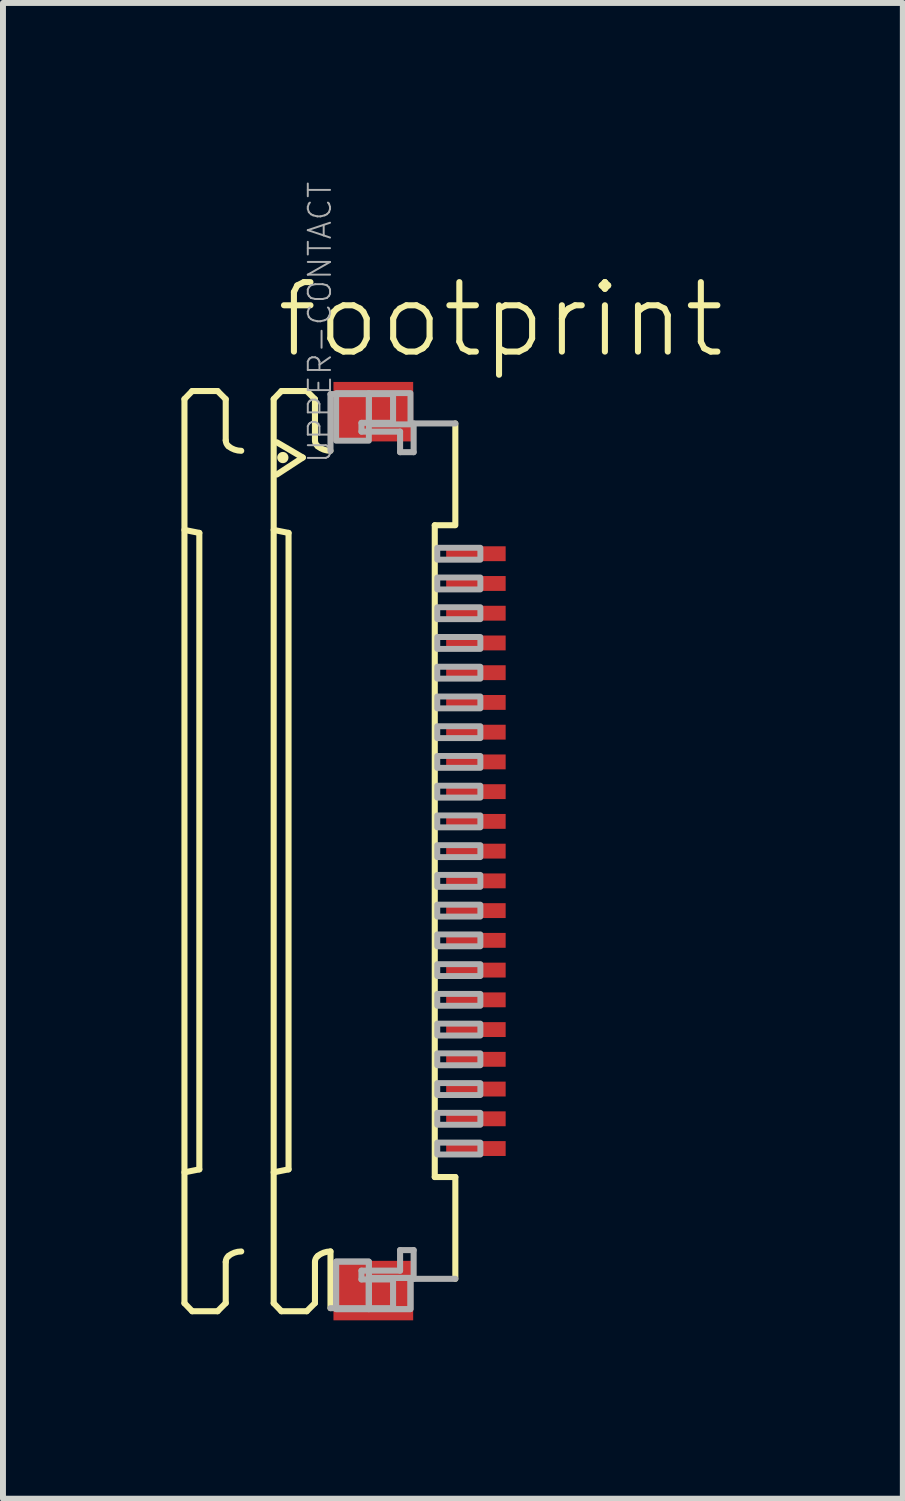
<source format=kicad_pcb>
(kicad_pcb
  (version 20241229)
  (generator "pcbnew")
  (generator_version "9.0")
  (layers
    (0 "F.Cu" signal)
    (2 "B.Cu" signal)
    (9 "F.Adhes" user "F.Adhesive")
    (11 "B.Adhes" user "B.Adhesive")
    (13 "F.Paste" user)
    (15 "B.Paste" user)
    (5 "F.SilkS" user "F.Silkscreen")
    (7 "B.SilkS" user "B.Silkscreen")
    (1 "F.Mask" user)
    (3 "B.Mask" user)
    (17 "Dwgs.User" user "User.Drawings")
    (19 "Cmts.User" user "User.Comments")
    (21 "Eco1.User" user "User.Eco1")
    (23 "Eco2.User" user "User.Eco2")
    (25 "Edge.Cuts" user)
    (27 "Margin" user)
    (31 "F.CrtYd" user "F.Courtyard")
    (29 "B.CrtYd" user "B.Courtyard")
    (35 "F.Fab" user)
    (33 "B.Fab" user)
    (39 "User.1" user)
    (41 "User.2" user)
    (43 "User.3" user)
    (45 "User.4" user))
  (footprint "footprint"
    (layer "F.Cu")
    (at 3.046 11.259)
    (property "Reference" "footprint" (at -1.5 -8.25 0) (layer "F.SilkS") (effects (font (size 1.168 1.168) (thickness 0.102)) (justify left bottom)))
    (fp_poly (pts (xy 1.355 -4.825) (xy 2.455 -4.825) (xy 2.455 -5.175) (xy 1.355 -5.175)) (stroke (width 0) (type solid)) (fill yes) (layer "F.Mask"))
    (fp_poly (pts (xy 1.355 -4.325) (xy 2.455 -4.325) (xy 2.455 -4.675) (xy 1.355 -4.675)) (stroke (width 0) (type solid)) (fill yes) (layer "F.Mask"))
    (fp_poly (pts (xy 1.355 -3.825) (xy 2.455 -3.825) (xy 2.455 -4.175) (xy 1.355 -4.175)) (stroke (width 0) (type solid)) (fill yes) (layer "F.Mask"))
    (fp_poly (pts (xy 1.355 -3.325) (xy 2.455 -3.325) (xy 2.455 -3.675) (xy 1.355 -3.675)) (stroke (width 0) (type solid)) (fill yes) (layer "F.Mask"))
    (fp_poly (pts (xy 1.355 -2.825) (xy 2.455 -2.825) (xy 2.455 -3.175) (xy 1.355 -3.175)) (stroke (width 0) (type solid)) (fill yes) (layer "F.Mask"))
    (fp_poly (pts (xy 1.355 -2.325) (xy 2.455 -2.325) (xy 2.455 -2.675) (xy 1.355 -2.675)) (stroke (width 0) (type solid)) (fill yes) (layer "F.Mask"))
    (fp_poly (pts (xy 1.355 -1.825) (xy 2.455 -1.825) (xy 2.455 -2.175) (xy 1.355 -2.175)) (stroke (width 0) (type solid)) (fill yes) (layer "F.Mask"))
    (fp_poly (pts (xy 1.355 -1.325) (xy 2.455 -1.325) (xy 2.455 -1.675) (xy 1.355 -1.675)) (stroke (width 0) (type solid)) (fill yes) (layer "F.Mask"))
    (fp_poly (pts (xy 1.355 -0.825) (xy 2.455 -0.825) (xy 2.455 -1.175) (xy 1.355 -1.175)) (stroke (width 0) (type solid)) (fill yes) (layer "F.Mask"))
    (fp_poly (pts (xy 1.355 -0.325) (xy 2.455 -0.325) (xy 2.455 -0.675) (xy 1.355 -0.675)) (stroke (width 0) (type solid)) (fill yes) (layer "F.Mask"))
    (fp_poly (pts (xy 1.355 0.175) (xy 2.455 0.175) (xy 2.455 -0.175) (xy 1.355 -0.175)) (stroke (width 0) (type solid)) (fill yes) (layer "F.Mask"))
    (fp_poly (pts (xy 1.355 0.675) (xy 2.455 0.675) (xy 2.455 0.325) (xy 1.355 0.325)) (stroke (width 0) (type solid)) (fill yes) (layer "F.Mask"))
    (fp_poly (pts (xy 1.355 1.175) (xy 2.455 1.175) (xy 2.455 0.825) (xy 1.355 0.825)) (stroke (width 0) (type solid)) (fill yes) (layer "F.Mask"))
    (fp_poly (pts (xy 1.355 1.675) (xy 2.455 1.675) (xy 2.455 1.325) (xy 1.355 1.325)) (stroke (width 0) (type solid)) (fill yes) (layer "F.Mask"))
    (fp_poly (pts (xy 1.355 2.175) (xy 2.455 2.175) (xy 2.455 1.825) (xy 1.355 1.825)) (stroke (width 0) (type solid)) (fill yes) (layer "F.Mask"))
    (fp_poly (pts (xy 1.355 2.675) (xy 2.455 2.675) (xy 2.455 2.325) (xy 1.355 2.325)) (stroke (width 0) (type solid)) (fill yes) (layer "F.Mask"))
    (fp_poly (pts (xy 1.355 3.175) (xy 2.455 3.175) (xy 2.455 2.825) (xy 1.355 2.825)) (stroke (width 0) (type solid)) (fill yes) (layer "F.Mask"))
    (fp_poly (pts (xy 1.355 3.675) (xy 2.455 3.675) (xy 2.455 3.325) (xy 1.355 3.325)) (stroke (width 0) (type solid)) (fill yes) (layer "F.Mask"))
    (fp_poly (pts (xy 1.355 4.175) (xy 2.455 4.175) (xy 2.455 3.825) (xy 1.355 3.825)) (stroke (width 0) (type solid)) (fill yes) (layer "F.Mask"))
    (fp_poly (pts (xy 1.355 4.675) (xy 2.455 4.675) (xy 2.455 4.325) (xy 1.355 4.325)) (stroke (width 0) (type solid)) (fill yes) (layer "F.Mask"))
    (fp_poly (pts (xy 1.355 5.175) (xy 2.455 5.175) (xy 2.455 4.825) (xy 1.355 4.825)) (stroke (width 0) (type solid)) (fill yes) (layer "F.Mask"))
    (fp_line (start -2.995 -7.6) (end -2.865 -7.735) (stroke (width 0.102) (type solid)) (layer "F.SilkS"))
    (fp_line (start -2.995 -5.4) (end -2.745 -5.35) (stroke (width 0.102) (type solid)) (layer "F.SilkS"))
    (fp_line (start -2.995 7.6) (end -2.995 -7.6) (stroke (width 0.102) (type solid)) (layer "F.SilkS"))
    (fp_line (start -2.995 7.6) (end -2.865 7.735) (stroke (width 0.102) (type solid)) (layer "F.SilkS"))
    (fp_line (start -2.865 -7.735) (end -2.438 -7.735) (stroke (width 0.102) (type solid)) (layer "F.SilkS"))
    (fp_line (start -2.865 7.735) (end -2.438 7.735) (stroke (width 0.102) (type solid)) (layer "F.SilkS"))
    (fp_line (start -2.745 5.35) (end -2.995 5.4) (stroke (width 0.102) (type solid)) (layer "F.SilkS"))
    (fp_line (start -2.745 5.35) (end -2.745 -5.35) (stroke (width 0.102) (type solid)) (layer "F.SilkS"))
    (fp_line (start -2.438 -7.735) (end -2.301 -7.598) (stroke (width 0.102) (type solid)) (layer "F.SilkS"))
    (fp_line (start -2.438 7.735) (end -2.301 7.598) (stroke (width 0.102) (type solid)) (layer "F.SilkS"))
    (fp_line (start -2.301 -7.598) (end -2.301 -6.906) (stroke (width 0.102) (type solid)) (layer "F.SilkS"))
    (fp_line (start -2.301 7.598) (end -2.301 6.906) (stroke (width 0.102) (type solid)) (layer "F.SilkS"))
    (fp_line (start -1.495 -7.6) (end -1.365 -7.735) (stroke (width 0.102) (type solid)) (layer "F.SilkS"))
    (fp_line (start -1.495 -5.4) (end -1.245 -5.35) (stroke (width 0.102) (type solid)) (layer "F.SilkS"))
    (fp_line (start -1.495 7.6) (end -1.495 -7.6) (stroke (width 0.102) (type solid)) (layer "F.SilkS"))
    (fp_line (start -1.495 7.6) (end -1.365 7.735) (stroke (width 0.102) (type solid)) (layer "F.SilkS"))
    (fp_line (start -1.441 -6.873) (end -1.005 -6.617) (stroke (width 0.102) (type solid)) (layer "F.SilkS"))
    (fp_line (start -1.365 -7.735) (end -0.939 -7.735) (stroke (width 0.102) (type solid)) (layer "F.SilkS"))
    (fp_line (start -1.365 7.735) (end -0.939 7.735) (stroke (width 0.102) (type solid)) (layer "F.SilkS"))
    (fp_line (start -1.245 5.35) (end -1.495 5.4) (stroke (width 0.102) (type solid)) (layer "F.SilkS"))
    (fp_line (start -1.245 5.35) (end -1.245 -5.35) (stroke (width 0.102) (type solid)) (layer "F.SilkS"))
    (fp_line (start -1.005 -6.617) (end -1.441 -6.332) (stroke (width 0.102) (type solid)) (layer "F.SilkS"))
    (fp_line (start -0.939 -7.735) (end -0.801 -7.598) (stroke (width 0.102) (type solid)) (layer "F.SilkS"))
    (fp_line (start -0.939 7.735) (end -0.801 7.598) (stroke (width 0.102) (type solid)) (layer "F.SilkS"))
    (fp_line (start -0.801 -7.598) (end -0.801 -6.906) (stroke (width 0.102) (type solid)) (layer "F.SilkS"))
    (fp_line (start -0.801 7.598) (end -0.801 6.906) (stroke (width 0.102) (type solid)) (layer "F.SilkS"))
    (fp_line (start -0.54 6.73) (end -0.54 7.683) (stroke (width 0.102) (type solid)) (layer "F.SilkS"))
    (fp_line (start 1.213 5.479) (end 1.213 -5.479) (stroke (width 0.102) (type solid)) (layer "F.SilkS"))
    (fp_line (start 1.538 -5.479) (end 1.213 -5.479) (stroke (width 0.102) (type solid)) (layer "F.SilkS"))
    (fp_line (start 1.559 -7.19) (end 1.559 -5.479) (stroke (width 0.102) (type solid)) (layer "F.SilkS"))
    (fp_line (start 1.559 5.479) (end 1.213 5.479) (stroke (width 0.102) (type solid)) (layer "F.SilkS"))
    (fp_line (start 1.559 7.19) (end 1.559 5.479) (stroke (width 0.102) (type solid)) (layer "F.SilkS"))
    (fp_arc (start -2.301 6.9057) (mid -2.288538 6.850596) (end -2.2536 6.806199) (stroke (width 0.1016) (type solid)) (layer "F.SilkS"))
    (fp_arc (start -2.2536 -6.806199) (mid -2.288538 -6.850596) (end -2.301 -6.9057) (stroke (width 0.1016) (type solid)) (layer "F.SilkS"))
    (fp_arc (start -2.2536 6.8062) (mid -2.153476 6.749935) (end -2.0403 6.730399) (stroke (width 0.1016) (type solid)) (layer "F.SilkS"))
    (fp_arc (start -2.0403 -6.730399) (mid -2.153476 -6.749935) (end -2.2536 -6.8062) (stroke (width 0.1016) (type solid)) (layer "F.SilkS"))
    (fp_arc (start -0.801 6.9057) (mid -0.788538 6.850596) (end -0.7536 6.806199) (stroke (width 0.1016) (type solid)) (layer "F.SilkS"))
    (fp_arc (start -0.7536 -6.806199) (mid -0.788538 -6.850596) (end -0.801 -6.9057) (stroke (width 0.1016) (type solid)) (layer "F.SilkS"))
    (fp_arc (start -0.7536 6.8062) (mid -0.653476 6.749935) (end -0.5403 6.730399) (stroke (width 0.1016) (type solid)) (layer "F.SilkS"))
    (fp_arc (start -0.5403 -6.730399) (mid -0.653476 -6.749935) (end -0.7536 -6.8062) (stroke (width 0.1016) (type solid)) (layer "F.SilkS"))
    (fp_circle (center -1.341 -6.617) (end -1.294 -6.617) (stroke (width 0.095) (type solid)) (fill yes) (layer "F.SilkS"))
    (fp_line (start -0.54 -7.683) (end 0.512 -7.683) (stroke (width 0.102) (type solid)) (layer "F.Fab"))
    (fp_line (start -0.54 -6.73) (end -0.54 -7.683) (stroke (width 0.102) (type solid)) (layer "F.Fab"))
    (fp_line (start -0.54 7.683) (end 0.512 7.683) (stroke (width 0.102) (type solid)) (layer "F.Fab"))
    (fp_line (start -0.019 -7.2) (end -0.019 -7.053) (stroke (width 0.102) (type solid)) (layer "F.Fab"))
    (fp_line (start -0.019 -7.053) (end 0.63 -7.053) (stroke (width 0.102) (type solid)) (layer "F.Fab"))
    (fp_line (start -0.019 7.053) (end 0.63 7.053) (stroke (width 0.102) (type solid)) (layer "F.Fab"))
    (fp_line (start -0.019 7.2) (end -0.019 7.053) (stroke (width 0.102) (type solid)) (layer "F.Fab"))
    (fp_line (start 0.512 -7.683) (end 0.512 -7.2) (stroke (width 0.102) (type solid)) (layer "F.Fab"))
    (fp_line (start 0.512 -7.2) (end -0.019 -7.2) (stroke (width 0.102) (type solid)) (layer "F.Fab"))
    (fp_line (start 0.512 7.2) (end -0.019 7.2) (stroke (width 0.102) (type solid)) (layer "F.Fab"))
    (fp_line (start 0.512 7.683) (end 0.512 7.2) (stroke (width 0.102) (type solid)) (layer "F.Fab"))
    (fp_line (start 0.63 -7.053) (end 0.63 -6.707) (stroke (width 0.102) (type solid)) (layer "F.Fab"))
    (fp_line (start 0.63 -6.707) (end 0.858 -6.707) (stroke (width 0.102) (type solid)) (layer "F.Fab"))
    (fp_line (start 0.63 6.707) (end 0.858 6.707) (stroke (width 0.102) (type solid)) (layer "F.Fab"))
    (fp_line (start 0.63 7.053) (end 0.63 6.707) (stroke (width 0.102) (type solid)) (layer "F.Fab"))
    (fp_line (start 0.858 -7.19) (end 1.559 -7.19) (stroke (width 0.102) (type solid)) (layer "F.Fab"))
    (fp_line (start 0.858 -6.707) (end 0.858 -7.19) (stroke (width 0.102) (type solid)) (layer "F.Fab"))
    (fp_line (start 0.858 6.707) (end 0.858 7.19) (stroke (width 0.102) (type solid)) (layer "F.Fab"))
    (fp_line (start 0.858 7.19) (end 1.559 7.19) (stroke (width 0.102) (type solid)) (layer "F.Fab"))
    (fp_poly (pts (xy -0.445 -6.9) (xy 0.105 -6.9) (xy 0.105 -7.7) (xy -0.445 -7.7)) (stroke (width 0.1) (type solid)) (fill no) (layer "F.Fab"))
    (fp_poly (pts (xy -0.445 7.7) (xy 0.105 7.7) (xy 0.105 6.9) (xy -0.445 6.9)) (stroke (width 0.1) (type solid)) (fill no) (layer "F.Fab"))
    (fp_poly (pts (xy -0.445 7.7) (xy 0.105 7.7) (xy 0.105 6.9) (xy -0.445 6.9)) (stroke (width 0.1) (type solid)) (fill no) (layer "F.Fab"))
    (fp_poly (pts (xy 0.105 -7.175) (xy 0.805 -7.175) (xy 0.805 -7.7) (xy 0.105 -7.7)) (stroke (width 0.1) (type solid)) (fill no) (layer "F.Fab"))
    (fp_poly (pts (xy 0.105 7.7) (xy 0.805 7.7) (xy 0.805 7.175) (xy 0.105 7.175)) (stroke (width 0.1) (type solid)) (fill no) (layer "F.Fab"))
    (fp_poly (pts (xy 0.105 7.7) (xy 0.805 7.7) (xy 0.805 7.175) (xy 0.105 7.175)) (stroke (width 0.1) (type solid)) (fill no) (layer "F.Fab"))
    (fp_poly (pts (xy 1.255 -4.9) (xy 1.98 -4.9) (xy 1.98 -5.1) (xy 1.255 -5.1)) (stroke (width 0.1) (type solid)) (fill no) (layer "F.Fab"))
    (fp_poly (pts (xy 1.255 -4.4) (xy 1.98 -4.4) (xy 1.98 -4.6) (xy 1.255 -4.6)) (stroke (width 0.1) (type solid)) (fill no) (layer "F.Fab"))
    (fp_poly (pts (xy 1.255 -3.9) (xy 1.98 -3.9) (xy 1.98 -4.1) (xy 1.255 -4.1)) (stroke (width 0.1) (type solid)) (fill no) (layer "F.Fab"))
    (fp_poly (pts (xy 1.255 -3.4) (xy 1.98 -3.4) (xy 1.98 -3.6) (xy 1.255 -3.6)) (stroke (width 0.1) (type solid)) (fill no) (layer "F.Fab"))
    (fp_poly (pts (xy 1.255 -2.9) (xy 1.98 -2.9) (xy 1.98 -3.1) (xy 1.255 -3.1)) (stroke (width 0.1) (type solid)) (fill no) (layer "F.Fab"))
    (fp_poly (pts (xy 1.255 -2.4) (xy 1.98 -2.4) (xy 1.98 -2.6) (xy 1.255 -2.6)) (stroke (width 0.1) (type solid)) (fill no) (layer "F.Fab"))
    (fp_poly (pts (xy 1.255 -1.9) (xy 1.98 -1.9) (xy 1.98 -2.1) (xy 1.255 -2.1)) (stroke (width 0.1) (type solid)) (fill no) (layer "F.Fab"))
    (fp_poly (pts (xy 1.255 -1.4) (xy 1.98 -1.4) (xy 1.98 -1.6) (xy 1.255 -1.6)) (stroke (width 0.1) (type solid)) (fill no) (layer "F.Fab"))
    (fp_poly (pts (xy 1.255 -0.9) (xy 1.98 -0.9) (xy 1.98 -1.1) (xy 1.255 -1.1)) (stroke (width 0.1) (type solid)) (fill no) (layer "F.Fab"))
    (fp_poly (pts (xy 1.255 -0.4) (xy 1.98 -0.4) (xy 1.98 -0.6) (xy 1.255 -0.6)) (stroke (width 0.1) (type solid)) (fill no) (layer "F.Fab"))
    (fp_poly (pts (xy 1.255 0.1) (xy 1.98 0.1) (xy 1.98 -0.1) (xy 1.255 -0.1)) (stroke (width 0.1) (type solid)) (fill no) (layer "F.Fab"))
    (fp_poly (pts (xy 1.255 0.6) (xy 1.98 0.6) (xy 1.98 0.4) (xy 1.255 0.4)) (stroke (width 0.1) (type solid)) (fill no) (layer "F.Fab"))
    (fp_poly (pts (xy 1.255 1.1) (xy 1.98 1.1) (xy 1.98 0.9) (xy 1.255 0.9)) (stroke (width 0.1) (type solid)) (fill no) (layer "F.Fab"))
    (fp_poly (pts (xy 1.255 1.6) (xy 1.98 1.6) (xy 1.98 1.4) (xy 1.255 1.4)) (stroke (width 0.1) (type solid)) (fill no) (layer "F.Fab"))
    (fp_poly (pts (xy 1.255 2.1) (xy 1.98 2.1) (xy 1.98 1.9) (xy 1.255 1.9)) (stroke (width 0.1) (type solid)) (fill no) (layer "F.Fab"))
    (fp_poly (pts (xy 1.255 2.6) (xy 1.98 2.6) (xy 1.98 2.4) (xy 1.255 2.4)) (stroke (width 0.1) (type solid)) (fill no) (layer "F.Fab"))
    (fp_poly (pts (xy 1.255 3.1) (xy 1.98 3.1) (xy 1.98 2.9) (xy 1.255 2.9)) (stroke (width 0.1) (type solid)) (fill no) (layer "F.Fab"))
    (fp_poly (pts (xy 1.255 3.6) (xy 1.98 3.6) (xy 1.98 3.4) (xy 1.255 3.4)) (stroke (width 0.1) (type solid)) (fill no) (layer "F.Fab"))
    (fp_poly (pts (xy 1.255 4.1) (xy 1.98 4.1) (xy 1.98 3.9) (xy 1.255 3.9)) (stroke (width 0.1) (type solid)) (fill no) (layer "F.Fab"))
    (fp_poly (pts (xy 1.255 4.6) (xy 1.98 4.6) (xy 1.98 4.4) (xy 1.255 4.4)) (stroke (width 0.1) (type solid)) (fill no) (layer "F.Fab"))
    (fp_poly (pts (xy 1.255 5.1) (xy 1.98 5.1) (xy 1.98 4.9) (xy 1.255 4.9)) (stroke (width 0.1) (type solid)) (fill no) (layer "F.Fab"))
    (fp_text user "UPPER-CONTACT" (at -0.5 -6.5 270) (layer "F.Fab") (effects (font (size 0.374 0.374) (thickness 0.033)) (justify left bottom)))
    (pad "1" smd rect (at 1.905 -5) (size 1 0.25) (layers "F.Cu" "F.Paste"))
    (pad "2" smd rect (at 1.905 -4.5) (size 1 0.25) (layers "F.Cu" "F.Paste"))
    (pad "3" smd rect (at 1.905 -4) (size 1 0.25) (layers "F.Cu" "F.Paste"))
    (pad "4" smd rect (at 1.905 -3.5) (size 1 0.25) (layers "F.Cu" "F.Paste"))
    (pad "5" smd rect (at 1.905 -3) (size 1 0.25) (layers "F.Cu" "F.Paste"))
    (pad "6" smd rect (at 1.905 -2.5) (size 1 0.25) (layers "F.Cu" "F.Paste"))
    (pad "7" smd rect (at 1.905 -2) (size 1 0.25) (layers "F.Cu" "F.Paste"))
    (pad "8" smd rect (at 1.905 -1.5) (size 1 0.25) (layers "F.Cu" "F.Paste"))
    (pad "9" smd rect (at 1.905 -1) (size 1 0.25) (layers "F.Cu" "F.Paste"))
    (pad "10" smd rect (at 1.905 -0.5) (size 1 0.25) (layers "F.Cu" "F.Paste"))
    (pad "11" smd rect (at 1.905 0) (size 1 0.25) (layers "F.Cu" "F.Paste"))
    (pad "12" smd rect (at 1.905 0.5) (size 1 0.25) (layers "F.Cu" "F.Paste"))
    (pad "13" smd rect (at 1.905 1) (size 1 0.25) (layers "F.Cu" "F.Paste"))
    (pad "14" smd rect (at 1.905 1.5) (size 1 0.25) (layers "F.Cu" "F.Paste"))
    (pad "15" smd rect (at 1.905 2) (size 1 0.25) (layers "F.Cu" "F.Paste"))
    (pad "16" smd rect (at 1.905 2.5) (size 1 0.25) (layers "F.Cu" "F.Paste"))
    (pad "17" smd rect (at 1.905 3) (size 1 0.25) (layers "F.Cu" "F.Paste"))
    (pad "18" smd rect (at 1.905 3.5) (size 1 0.25) (layers "F.Cu" "F.Paste"))
    (pad "19" smd rect (at 1.905 4) (size 1 0.25) (layers "F.Cu" "F.Paste"))
    (pad "20" smd rect (at 1.905 4.5) (size 1 0.25) (layers "F.Cu" "F.Paste"))
    (pad "21" smd rect (at 1.905 5) (size 1 0.25) (layers "F.Cu" "F.Paste"))
    (pad "M1" smd rect (at 0.18 -7.388) (size 1.34 1) (layers "F.Cu" "F.Mask" "F.Paste"))
    (pad "M2" smd rect (at 0.18 7.388) (size 1.34 1) (layers "F.Cu" "F.Mask" "F.Paste")))
  (gr_rect
    (start -3 -3)
    (end 12.128 22.146)
    (stroke (width 0.1) (type default))
    (fill no)
    (layer "Edge.Cuts")))
</source>
